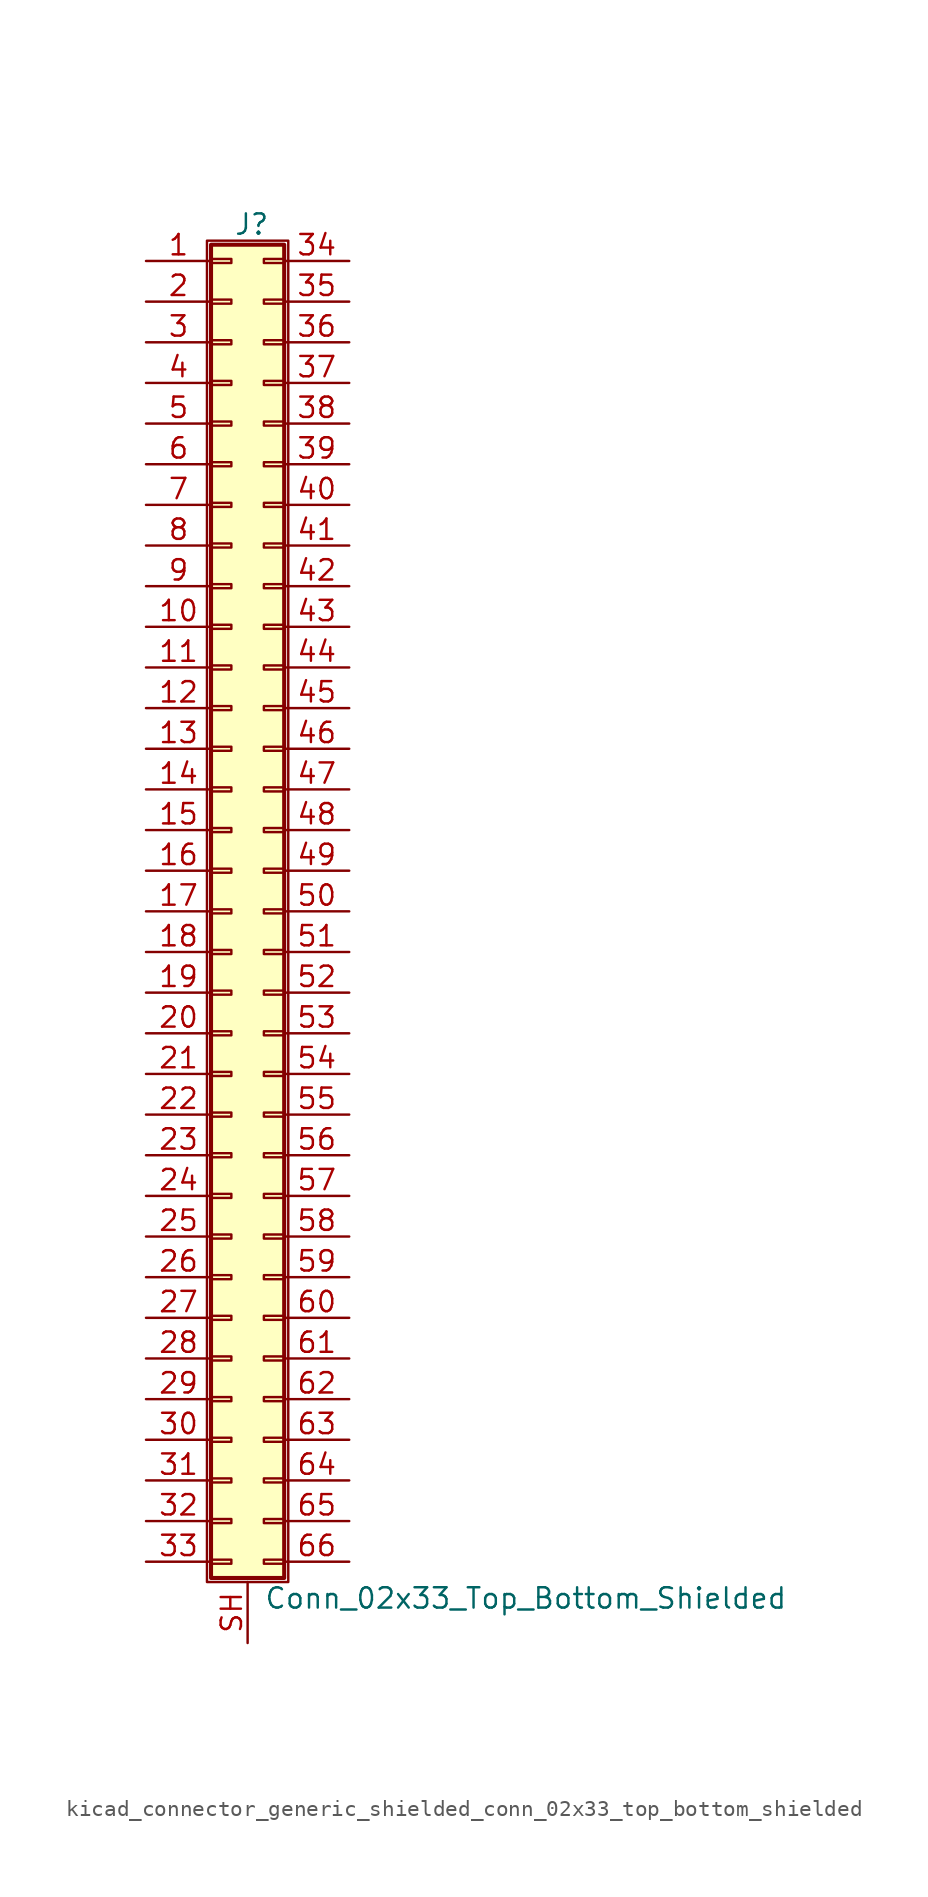
<source format=kicad_sym>
(kicad_symbol_lib
  (version 20220914)
  (generator kicad_symbol_editor)
  (symbol "kicad_connector_generic_shielded_conn_02x33_top_bottom_shielded"
    (pin_names
      (offset 1.016) hide)
    (property "Reference" "J"
      (at 1.524 42.926 0)
      (effects (font (size 1.27 1.27))))
    (property "Value" "Conn_02x33_Top_Bottom_Shielded"
      (at 2.286 -42.926 0)
      (effects (font (size 1.27 1.27)) (justify left)))
    (symbol "kicad_connector_generic_shielded_conn_02x33_top_bottom_shielded_1_1"
      (rectangle (start -1.27 41.91) (end 3.81 -41.91) (stroke (width 0.152) (type default)) (fill (type none)))
      (rectangle (start -1.016 -40.513) (end 0.254 -40.767) (stroke (width 0.152) (type default)) (fill (type none)))
      (rectangle (start -1.016 -37.973) (end 0.254 -38.227) (stroke (width 0.152) (type default)) (fill (type none)))
      (rectangle (start -1.016 -35.433) (end 0.254 -35.687) (stroke (width 0.152) (type default)) (fill (type none)))
      (rectangle (start -1.016 -32.893) (end 0.254 -33.147) (stroke (width 0.152) (type default)) (fill (type none)))
      (rectangle (start -1.016 -30.353) (end 0.254 -30.607) (stroke (width 0.152) (type default)) (fill (type none)))
      (rectangle (start -1.016 -27.813) (end 0.254 -28.067) (stroke (width 0.152) (type default)) (fill (type none)))
      (rectangle (start -1.016 -25.273) (end 0.254 -25.527) (stroke (width 0.152) (type default)) (fill (type none)))
      (rectangle (start -1.016 -22.733) (end 0.254 -22.987) (stroke (width 0.152) (type default)) (fill (type none)))
      (rectangle (start -1.016 -20.193) (end 0.254 -20.447) (stroke (width 0.152) (type default)) (fill (type none)))
      (rectangle (start -1.016 -17.653) (end 0.254 -17.907) (stroke (width 0.152) (type default)) (fill (type none)))
      (rectangle (start -1.016 -15.113) (end 0.254 -15.367) (stroke (width 0.152) (type default)) (fill (type none)))
      (rectangle (start -1.016 -12.573) (end 0.254 -12.827) (stroke (width 0.152) (type default)) (fill (type none)))
      (rectangle (start -1.016 -10.033) (end 0.254 -10.287) (stroke (width 0.152) (type default)) (fill (type none)))
      (rectangle (start -1.016 -7.493) (end 0.254 -7.747) (stroke (width 0.152) (type default)) (fill (type none)))
      (rectangle (start -1.016 -4.953) (end 0.254 -5.207) (stroke (width 0.152) (type default)) (fill (type none)))
      (rectangle (start -1.016 -2.413) (end 0.254 -2.667) (stroke (width 0.152) (type default)) (fill (type none)))
      (rectangle (start -1.016 0.127) (end 0.254 -0.127) (stroke (width 0.152) (type default)) (fill (type none)))
      (rectangle (start -1.016 2.667) (end 0.254 2.413) (stroke (width 0.152) (type default)) (fill (type none)))
      (rectangle (start -1.016 5.207) (end 0.254 4.953) (stroke (width 0.152) (type default)) (fill (type none)))
      (rectangle (start -1.016 7.747) (end 0.254 7.493) (stroke (width 0.152) (type default)) (fill (type none)))
      (rectangle (start -1.016 10.287) (end 0.254 10.033) (stroke (width 0.152) (type default)) (fill (type none)))
      (rectangle (start -1.016 12.827) (end 0.254 12.573) (stroke (width 0.152) (type default)) (fill (type none)))
      (rectangle (start -1.016 15.367) (end 0.254 15.113) (stroke (width 0.152) (type default)) (fill (type none)))
      (rectangle (start -1.016 17.907) (end 0.254 17.653) (stroke (width 0.152) (type default)) (fill (type none)))
      (rectangle (start -1.016 20.447) (end 0.254 20.193) (stroke (width 0.152) (type default)) (fill (type none)))
      (rectangle (start -1.016 22.987) (end 0.254 22.733) (stroke (width 0.152) (type default)) (fill (type none)))
      (rectangle (start -1.016 25.527) (end 0.254 25.273) (stroke (width 0.152) (type default)) (fill (type none)))
      (rectangle (start -1.016 28.067) (end 0.254 27.813) (stroke (width 0.152) (type default)) (fill (type none)))
      (rectangle (start -1.016 30.607) (end 0.254 30.353) (stroke (width 0.152) (type default)) (fill (type none)))
      (rectangle (start -1.016 33.147) (end 0.254 32.893) (stroke (width 0.152) (type default)) (fill (type none)))
      (rectangle (start -1.016 35.687) (end 0.254 35.433) (stroke (width 0.152) (type default)) (fill (type none)))
      (rectangle (start -1.016 38.227) (end 0.254 37.973) (stroke (width 0.152) (type default)) (fill (type none)))
      (rectangle (start -1.016 40.767) (end 0.254 40.513) (stroke (width 0.152) (type default)) (fill (type none)))
      (rectangle (start -1.016 41.656) (end 3.556 -41.656) (stroke (width 0.254) (type default)) (fill (type background)))
      (rectangle (start 3.556 -40.513) (end 2.286 -40.767) (stroke (width 0.152) (type default)) (fill (type none)))
      (rectangle (start 3.556 -37.973) (end 2.286 -38.227) (stroke (width 0.152) (type default)) (fill (type none)))
      (rectangle (start 3.556 -35.433) (end 2.286 -35.687) (stroke (width 0.152) (type default)) (fill (type none)))
      (rectangle (start 3.556 -32.893) (end 2.286 -33.147) (stroke (width 0.152) (type default)) (fill (type none)))
      (rectangle (start 3.556 -30.353) (end 2.286 -30.607) (stroke (width 0.152) (type default)) (fill (type none)))
      (rectangle (start 3.556 -27.813) (end 2.286 -28.067) (stroke (width 0.152) (type default)) (fill (type none)))
      (rectangle (start 3.556 -25.273) (end 2.286 -25.527) (stroke (width 0.152) (type default)) (fill (type none)))
      (rectangle (start 3.556 -22.733) (end 2.286 -22.987) (stroke (width 0.152) (type default)) (fill (type none)))
      (rectangle (start 3.556 -20.193) (end 2.286 -20.447) (stroke (width 0.152) (type default)) (fill (type none)))
      (rectangle (start 3.556 -17.653) (end 2.286 -17.907) (stroke (width 0.152) (type default)) (fill (type none)))
      (rectangle (start 3.556 -15.113) (end 2.286 -15.367) (stroke (width 0.152) (type default)) (fill (type none)))
      (rectangle (start 3.556 -12.573) (end 2.286 -12.827) (stroke (width 0.152) (type default)) (fill (type none)))
      (rectangle (start 3.556 -10.033) (end 2.286 -10.287) (stroke (width 0.152) (type default)) (fill (type none)))
      (rectangle (start 3.556 -7.493) (end 2.286 -7.747) (stroke (width 0.152) (type default)) (fill (type none)))
      (rectangle (start 3.556 -4.953) (end 2.286 -5.207) (stroke (width 0.152) (type default)) (fill (type none)))
      (rectangle (start 3.556 -2.413) (end 2.286 -2.667) (stroke (width 0.152) (type default)) (fill (type none)))
      (rectangle (start 3.556 0.127) (end 2.286 -0.127) (stroke (width 0.152) (type default)) (fill (type none)))
      (rectangle (start 3.556 2.667) (end 2.286 2.413) (stroke (width 0.152) (type default)) (fill (type none)))
      (rectangle (start 3.556 5.207) (end 2.286 4.953) (stroke (width 0.152) (type default)) (fill (type none)))
      (rectangle (start 3.556 7.747) (end 2.286 7.493) (stroke (width 0.152) (type default)) (fill (type none)))
      (rectangle (start 3.556 10.287) (end 2.286 10.033) (stroke (width 0.152) (type default)) (fill (type none)))
      (rectangle (start 3.556 12.827) (end 2.286 12.573) (stroke (width 0.152) (type default)) (fill (type none)))
      (rectangle (start 3.556 15.367) (end 2.286 15.113) (stroke (width 0.152) (type default)) (fill (type none)))
      (rectangle (start 3.556 17.907) (end 2.286 17.653) (stroke (width 0.152) (type default)) (fill (type none)))
      (rectangle (start 3.556 20.447) (end 2.286 20.193) (stroke (width 0.152) (type default)) (fill (type none)))
      (rectangle (start 3.556 22.987) (end 2.286 22.733) (stroke (width 0.152) (type default)) (fill (type none)))
      (rectangle (start 3.556 25.527) (end 2.286 25.273) (stroke (width 0.152) (type default)) (fill (type none)))
      (rectangle (start 3.556 28.067) (end 2.286 27.813) (stroke (width 0.152) (type default)) (fill (type none)))
      (rectangle (start 3.556 30.607) (end 2.286 30.353) (stroke (width 0.152) (type default)) (fill (type none)))
      (rectangle (start 3.556 33.147) (end 2.286 32.893) (stroke (width 0.152) (type default)) (fill (type none)))
      (rectangle (start 3.556 35.687) (end 2.286 35.433) (stroke (width 0.152) (type default)) (fill (type none)))
      (rectangle (start 3.556 38.227) (end 2.286 37.973) (stroke (width 0.152) (type default)) (fill (type none)))
      (rectangle (start 3.556 40.767) (end 2.286 40.513) (stroke (width 0.152) (type default)) (fill (type none)))
      (pin passive line (at -5.08 40.64 0) (length 4.064) (name "Pin_1" (effects (font (size 1.27 1.27)))) (number "1" (effects (font (size 1.27 1.27)))))
      (pin passive line (at -5.08 17.78 0) (length 4.064) (name "Pin_10" (effects (font (size 1.27 1.27)))) (number "10" (effects (font (size 1.27 1.27)))))
      (pin passive line (at -5.08 15.24 0) (length 4.064) (name "Pin_11" (effects (font (size 1.27 1.27)))) (number "11" (effects (font (size 1.27 1.27)))))
      (pin passive line (at -5.08 12.7 0) (length 4.064) (name "Pin_12" (effects (font (size 1.27 1.27)))) (number "12" (effects (font (size 1.27 1.27)))))
      (pin passive line (at -5.08 10.16 0) (length 4.064) (name "Pin_13" (effects (font (size 1.27 1.27)))) (number "13" (effects (font (size 1.27 1.27)))))
      (pin passive line (at -5.08 7.62 0) (length 4.064) (name "Pin_14" (effects (font (size 1.27 1.27)))) (number "14" (effects (font (size 1.27 1.27)))))
      (pin passive line (at -5.08 5.08 0) (length 4.064) (name "Pin_15" (effects (font (size 1.27 1.27)))) (number "15" (effects (font (size 1.27 1.27)))))
      (pin passive line (at -5.08 2.54 0) (length 4.064) (name "Pin_16" (effects (font (size 1.27 1.27)))) (number "16" (effects (font (size 1.27 1.27)))))
      (pin passive line (at -5.08 0 0) (length 4.064) (name "Pin_17" (effects (font (size 1.27 1.27)))) (number "17" (effects (font (size 1.27 1.27)))))
      (pin passive line (at -5.08 -2.54 0) (length 4.064) (name "Pin_18" (effects (font (size 1.27 1.27)))) (number "18" (effects (font (size 1.27 1.27)))))
      (pin passive line (at -5.08 -5.08 0) (length 4.064) (name "Pin_19" (effects (font (size 1.27 1.27)))) (number "19" (effects (font (size 1.27 1.27)))))
      (pin passive line (at -5.08 38.1 0) (length 4.064) (name "Pin_2" (effects (font (size 1.27 1.27)))) (number "2" (effects (font (size 1.27 1.27)))))
      (pin passive line (at -5.08 -7.62 0) (length 4.064) (name "Pin_20" (effects (font (size 1.27 1.27)))) (number "20" (effects (font (size 1.27 1.27)))))
      (pin passive line (at -5.08 -10.16 0) (length 4.064) (name "Pin_21" (effects (font (size 1.27 1.27)))) (number "21" (effects (font (size 1.27 1.27)))))
      (pin passive line (at -5.08 -12.7 0) (length 4.064) (name "Pin_22" (effects (font (size 1.27 1.27)))) (number "22" (effects (font (size 1.27 1.27)))))
      (pin passive line (at -5.08 -15.24 0) (length 4.064) (name "Pin_23" (effects (font (size 1.27 1.27)))) (number "23" (effects (font (size 1.27 1.27)))))
      (pin passive line (at -5.08 -17.78 0) (length 4.064) (name "Pin_24" (effects (font (size 1.27 1.27)))) (number "24" (effects (font (size 1.27 1.27)))))
      (pin passive line (at -5.08 -20.32 0) (length 4.064) (name "Pin_25" (effects (font (size 1.27 1.27)))) (number "25" (effects (font (size 1.27 1.27)))))
      (pin passive line (at -5.08 -22.86 0) (length 4.064) (name "Pin_26" (effects (font (size 1.27 1.27)))) (number "26" (effects (font (size 1.27 1.27)))))
      (pin passive line (at -5.08 -25.4 0) (length 4.064) (name "Pin_27" (effects (font (size 1.27 1.27)))) (number "27" (effects (font (size 1.27 1.27)))))
      (pin passive line (at -5.08 -27.94 0) (length 4.064) (name "Pin_28" (effects (font (size 1.27 1.27)))) (number "28" (effects (font (size 1.27 1.27)))))
      (pin passive line (at -5.08 -30.48 0) (length 4.064) (name "Pin_29" (effects (font (size 1.27 1.27)))) (number "29" (effects (font (size 1.27 1.27)))))
      (pin passive line (at -5.08 35.56 0) (length 4.064) (name "Pin_3" (effects (font (size 1.27 1.27)))) (number "3" (effects (font (size 1.27 1.27)))))
      (pin passive line (at -5.08 -33.02 0) (length 4.064) (name "Pin_30" (effects (font (size 1.27 1.27)))) (number "30" (effects (font (size 1.27 1.27)))))
      (pin passive line (at -5.08 -35.56 0) (length 4.064) (name "Pin_31" (effects (font (size 1.27 1.27)))) (number "31" (effects (font (size 1.27 1.27)))))
      (pin passive line (at -5.08 -38.1 0) (length 4.064) (name "Pin_32" (effects (font (size 1.27 1.27)))) (number "32" (effects (font (size 1.27 1.27)))))
      (pin passive line (at -5.08 -40.64 0) (length 4.064) (name "Pin_33" (effects (font (size 1.27 1.27)))) (number "33" (effects (font (size 1.27 1.27)))))
      (pin passive line (at 7.62 40.64 180) (length 4.064) (name "Pin_34" (effects (font (size 1.27 1.27)))) (number "34" (effects (font (size 1.27 1.27)))))
      (pin passive line (at 7.62 38.1 180) (length 4.064) (name "Pin_35" (effects (font (size 1.27 1.27)))) (number "35" (effects (font (size 1.27 1.27)))))
      (pin passive line (at 7.62 35.56 180) (length 4.064) (name "Pin_36" (effects (font (size 1.27 1.27)))) (number "36" (effects (font (size 1.27 1.27)))))
      (pin passive line (at 7.62 33.02 180) (length 4.064) (name "Pin_37" (effects (font (size 1.27 1.27)))) (number "37" (effects (font (size 1.27 1.27)))))
      (pin passive line (at 7.62 30.48 180) (length 4.064) (name "Pin_38" (effects (font (size 1.27 1.27)))) (number "38" (effects (font (size 1.27 1.27)))))
      (pin passive line (at 7.62 27.94 180) (length 4.064) (name "Pin_39" (effects (font (size 1.27 1.27)))) (number "39" (effects (font (size 1.27 1.27)))))
      (pin passive line (at -5.08 33.02 0) (length 4.064) (name "Pin_4" (effects (font (size 1.27 1.27)))) (number "4" (effects (font (size 1.27 1.27)))))
      (pin passive line (at 7.62 25.4 180) (length 4.064) (name "Pin_40" (effects (font (size 1.27 1.27)))) (number "40" (effects (font (size 1.27 1.27)))))
      (pin passive line (at 7.62 22.86 180) (length 4.064) (name "Pin_41" (effects (font (size 1.27 1.27)))) (number "41" (effects (font (size 1.27 1.27)))))
      (pin passive line (at 7.62 20.32 180) (length 4.064) (name "Pin_42" (effects (font (size 1.27 1.27)))) (number "42" (effects (font (size 1.27 1.27)))))
      (pin passive line (at 7.62 17.78 180) (length 4.064) (name "Pin_43" (effects (font (size 1.27 1.27)))) (number "43" (effects (font (size 1.27 1.27)))))
      (pin passive line (at 7.62 15.24 180) (length 4.064) (name "Pin_44" (effects (font (size 1.27 1.27)))) (number "44" (effects (font (size 1.27 1.27)))))
      (pin passive line (at 7.62 12.7 180) (length 4.064) (name "Pin_45" (effects (font (size 1.27 1.27)))) (number "45" (effects (font (size 1.27 1.27)))))
      (pin passive line (at 7.62 10.16 180) (length 4.064) (name "Pin_46" (effects (font (size 1.27 1.27)))) (number "46" (effects (font (size 1.27 1.27)))))
      (pin passive line (at 7.62 7.62 180) (length 4.064) (name "Pin_47" (effects (font (size 1.27 1.27)))) (number "47" (effects (font (size 1.27 1.27)))))
      (pin passive line (at 7.62 5.08 180) (length 4.064) (name "Pin_48" (effects (font (size 1.27 1.27)))) (number "48" (effects (font (size 1.27 1.27)))))
      (pin passive line (at 7.62 2.54 180) (length 4.064) (name "Pin_49" (effects (font (size 1.27 1.27)))) (number "49" (effects (font (size 1.27 1.27)))))
      (pin passive line (at -5.08 30.48 0) (length 4.064) (name "Pin_5" (effects (font (size 1.27 1.27)))) (number "5" (effects (font (size 1.27 1.27)))))
      (pin passive line (at 7.62 0 180) (length 4.064) (name "Pin_50" (effects (font (size 1.27 1.27)))) (number "50" (effects (font (size 1.27 1.27)))))
      (pin passive line (at 7.62 -2.54 180) (length 4.064) (name "Pin_51" (effects (font (size 1.27 1.27)))) (number "51" (effects (font (size 1.27 1.27)))))
      (pin passive line (at 7.62 -5.08 180) (length 4.064) (name "Pin_52" (effects (font (size 1.27 1.27)))) (number "52" (effects (font (size 1.27 1.27)))))
      (pin passive line (at 7.62 -7.62 180) (length 4.064) (name "Pin_53" (effects (font (size 1.27 1.27)))) (number "53" (effects (font (size 1.27 1.27)))))
      (pin passive line (at 7.62 -10.16 180) (length 4.064) (name "Pin_54" (effects (font (size 1.27 1.27)))) (number "54" (effects (font (size 1.27 1.27)))))
      (pin passive line (at 7.62 -12.7 180) (length 4.064) (name "Pin_55" (effects (font (size 1.27 1.27)))) (number "55" (effects (font (size 1.27 1.27)))))
      (pin passive line (at 7.62 -15.24 180) (length 4.064) (name "Pin_56" (effects (font (size 1.27 1.27)))) (number "56" (effects (font (size 1.27 1.27)))))
      (pin passive line (at 7.62 -17.78 180) (length 4.064) (name "Pin_57" (effects (font (size 1.27 1.27)))) (number "57" (effects (font (size 1.27 1.27)))))
      (pin passive line (at 7.62 -20.32 180) (length 4.064) (name "Pin_58" (effects (font (size 1.27 1.27)))) (number "58" (effects (font (size 1.27 1.27)))))
      (pin passive line (at 7.62 -22.86 180) (length 4.064) (name "Pin_59" (effects (font (size 1.27 1.27)))) (number "59" (effects (font (size 1.27 1.27)))))
      (pin passive line (at -5.08 27.94 0) (length 4.064) (name "Pin_6" (effects (font (size 1.27 1.27)))) (number "6" (effects (font (size 1.27 1.27)))))
      (pin passive line (at 7.62 -25.4 180) (length 4.064) (name "Pin_60" (effects (font (size 1.27 1.27)))) (number "60" (effects (font (size 1.27 1.27)))))
      (pin passive line (at 7.62 -27.94 180) (length 4.064) (name "Pin_61" (effects (font (size 1.27 1.27)))) (number "61" (effects (font (size 1.27 1.27)))))
      (pin passive line (at 7.62 -30.48 180) (length 4.064) (name "Pin_62" (effects (font (size 1.27 1.27)))) (number "62" (effects (font (size 1.27 1.27)))))
      (pin passive line (at 7.62 -33.02 180) (length 4.064) (name "Pin_63" (effects (font (size 1.27 1.27)))) (number "63" (effects (font (size 1.27 1.27)))))
      (pin passive line (at 7.62 -35.56 180) (length 4.064) (name "Pin_64" (effects (font (size 1.27 1.27)))) (number "64" (effects (font (size 1.27 1.27)))))
      (pin passive line (at 7.62 -38.1 180) (length 4.064) (name "Pin_65" (effects (font (size 1.27 1.27)))) (number "65" (effects (font (size 1.27 1.27)))))
      (pin passive line (at 7.62 -40.64 180) (length 4.064) (name "Pin_66" (effects (font (size 1.27 1.27)))) (number "66" (effects (font (size 1.27 1.27)))))
      (pin passive line (at -5.08 25.4 0) (length 4.064) (name "Pin_7" (effects (font (size 1.27 1.27)))) (number "7" (effects (font (size 1.27 1.27)))))
      (pin passive line (at -5.08 22.86 0) (length 4.064) (name "Pin_8" (effects (font (size 1.27 1.27)))) (number "8" (effects (font (size 1.27 1.27)))))
      (pin passive line (at -5.08 20.32 0) (length 4.064) (name "Pin_9" (effects (font (size 1.27 1.27)))) (number "9" (effects (font (size 1.27 1.27)))))
      (pin passive line (at 1.27 -45.72 90) (length 3.81) (name "Shield" (effects (font (size 1.27 1.27)))) (number "SH" (effects (font (size 1.27 1.27))))))))
</source>
